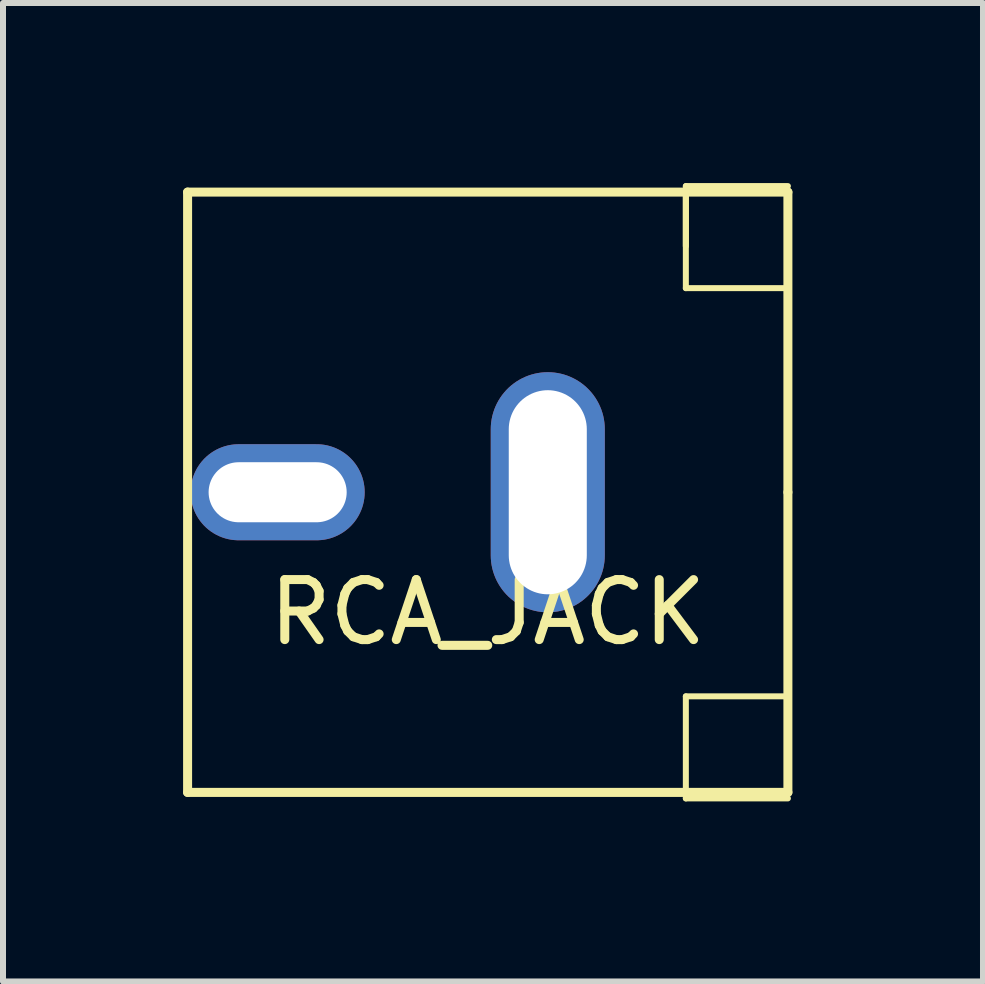
<source format=kicad_pcb>
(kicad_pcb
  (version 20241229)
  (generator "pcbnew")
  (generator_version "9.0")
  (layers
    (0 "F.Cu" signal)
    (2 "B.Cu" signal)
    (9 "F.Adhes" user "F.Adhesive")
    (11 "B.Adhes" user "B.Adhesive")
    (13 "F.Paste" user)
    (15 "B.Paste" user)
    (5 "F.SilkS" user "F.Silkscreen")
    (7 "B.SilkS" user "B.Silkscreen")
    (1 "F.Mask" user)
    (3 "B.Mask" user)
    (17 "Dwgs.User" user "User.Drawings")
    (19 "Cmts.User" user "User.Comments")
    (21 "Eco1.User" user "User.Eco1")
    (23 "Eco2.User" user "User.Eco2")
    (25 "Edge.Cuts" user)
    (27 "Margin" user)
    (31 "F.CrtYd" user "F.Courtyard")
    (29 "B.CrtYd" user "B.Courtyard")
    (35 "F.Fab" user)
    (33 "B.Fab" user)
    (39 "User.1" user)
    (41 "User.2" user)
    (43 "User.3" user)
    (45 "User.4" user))
  (footprint "RCA_JACK"
    (layer "F.Cu")
    (at 10.075 5.15)
    (property "Reference" "RCA_JACK" (at -5 2 0) (layer "F.SilkS") (effects (font (size 1 1) (thickness 0.15))))
    (attr through_hole)
    (fp_line (start -10 -5) (end -10 5) (stroke (width 0.15) (type solid)) (layer "F.SilkS"))
    (fp_line (start -10 5) (end 0 5) (stroke (width 0.15) (type solid)) (layer "F.SilkS"))
    (fp_line (start -1.7 -5.1) (end -1.7 -3.4) (stroke (width 0.1) (type solid)) (layer "F.SilkS"))
    (fp_line (start -1.7 -5) (end -1.7 -4.1) (stroke (width 0.1) (type solid)) (layer "F.SilkS"))
    (fp_line (start -1.7 -3.4) (end 0 -3.4) (stroke (width 0.1) (type solid)) (layer "F.SilkS"))
    (fp_line (start -1.7 3.4) (end 0 3.4) (stroke (width 0.1) (type solid)) (layer "F.SilkS"))
    (fp_line (start -1.7 5.1) (end -1.7 3.4) (stroke (width 0.1) (type solid)) (layer "F.SilkS"))
    (fp_line (start 0 -5.1) (end -1.7 -5.1) (stroke (width 0.1) (type solid)) (layer "F.SilkS"))
    (fp_line (start 0 -5) (end -10 -5) (stroke (width 0.15) (type solid)) (layer "F.SilkS"))
    (fp_line (start 0 0) (end 0 -5) (stroke (width 0.15) (type solid)) (layer "F.SilkS"))
    (fp_line (start 0 5) (end 0 0) (stroke (width 0.15) (type solid)) (layer "F.SilkS"))
    (fp_line (start 0 5.1) (end -1.7 5.1) (stroke (width 0.1) (type solid)) (layer "F.SilkS"))
    (pad "1" thru_hole oval (at -8.5 0) (size 2.9 1.6) (drill oval 2.3 1) (layers "*.Cu" "*.Mask"))
    (pad "2" thru_hole oval (at -4 0) (size 1.9 4) (drill oval 1.3 3.4) (layers "*.Cu" "*.Mask")))
  (gr_rect
    (start -3 -3)
    (end 13.325 13.3)
    (stroke (width 0.1) (type default))
    (fill no)
    (layer "Edge.Cuts")))
</source>
